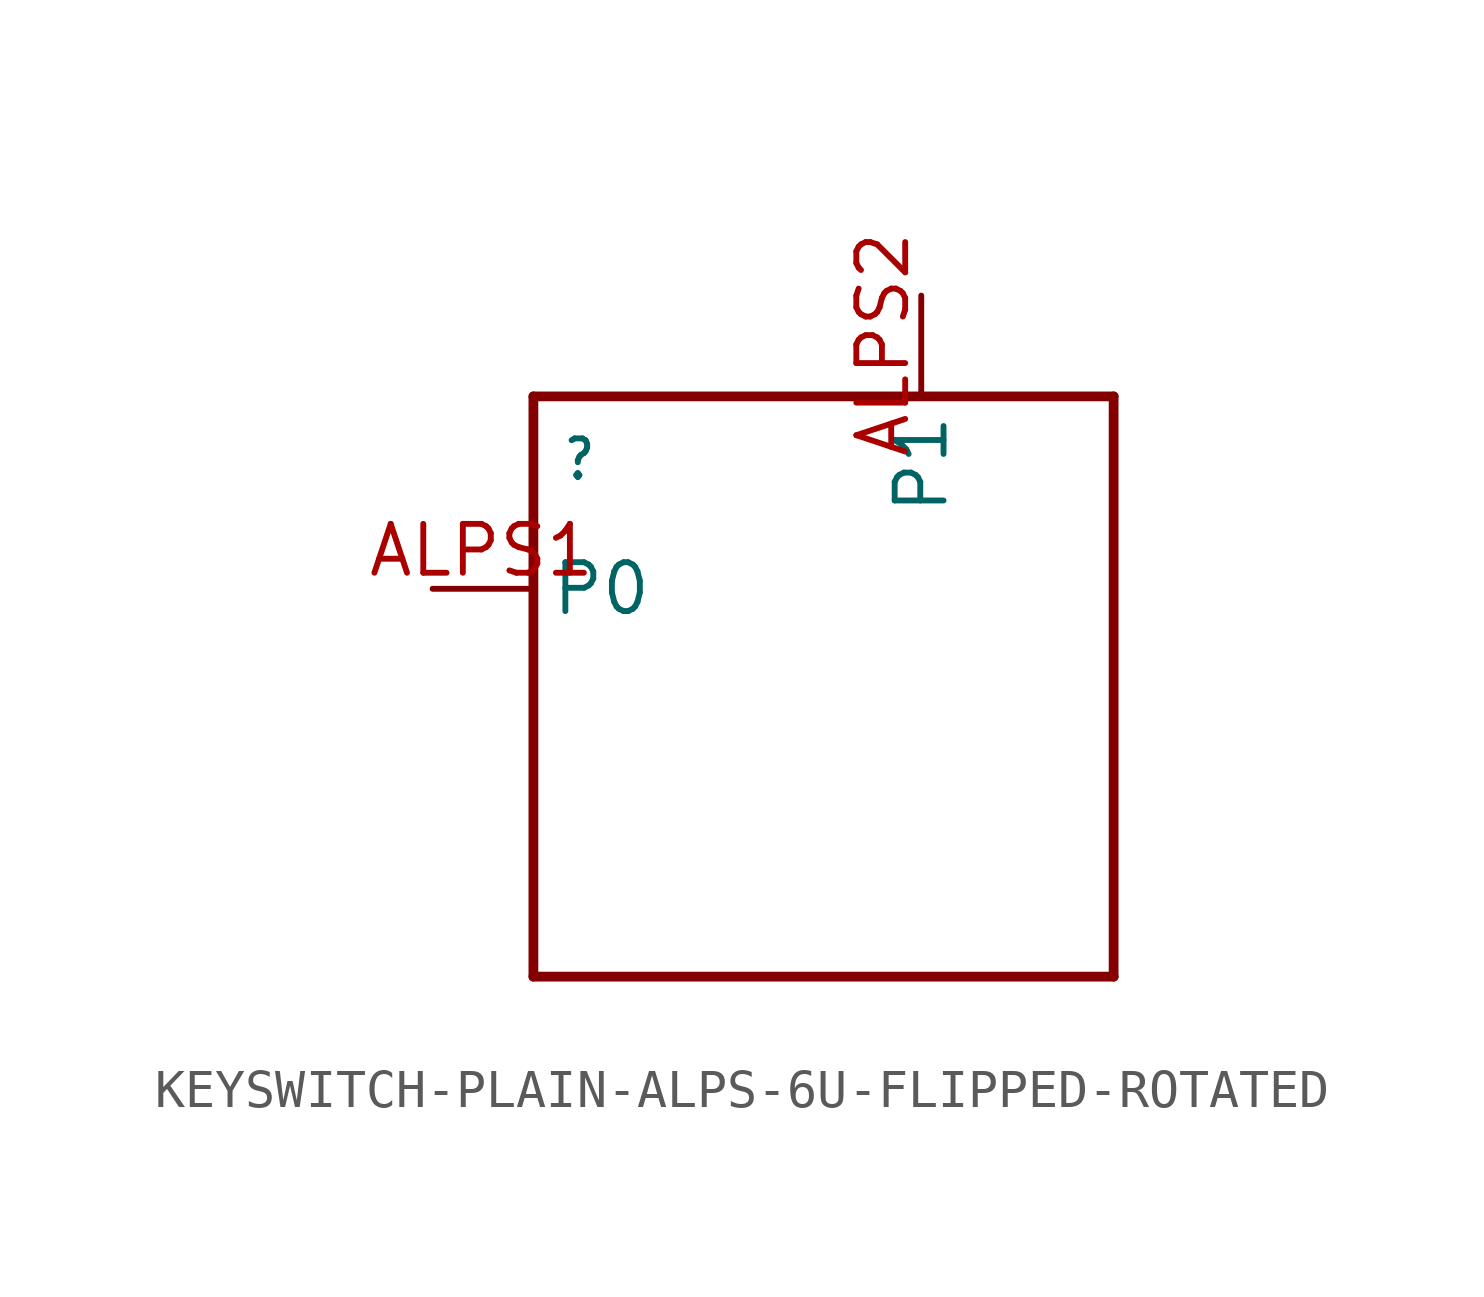
<source format=kicad_sym>
(kicad_symbol_lib
  (version 20211014)
  (generator kicad_symbol_editor)
  (symbol "KEYSWITCH-PLAIN-ALPS-6U-FLIPPED-ROTATED"
    (property "Reference" ""
      (at -6.81 5.318 0)
      (effects (font (size 1 0.85)) (justify left bottom)))
    (property "ki_locked" ""
      (at 0 0 0)
      (effects (font (size 1.27 1.27))))
    (symbol "KEYSWITCH-PLAIN-ALPS-6U-FLIPPED-ROTATED_1_0"
      (polyline (pts (xy -7.54 -7.54) (xy -7.54 7.54)) (stroke (width 0.254) (type default) (color 0 0 0 0)) (fill (type none)))
      (polyline (pts (xy -7.54 7.54) (xy 7.54 7.54)) (stroke (width 0.254) (type default) (color 0 0 0 0)) (fill (type none)))
      (polyline (pts (xy 7.54 -7.54) (xy -7.54 -7.54)) (stroke (width 0.254) (type default) (color 0 0 0 0)) (fill (type none)))
      (polyline (pts (xy 7.54 7.54) (xy 7.54 -7.54)) (stroke (width 0.254) (type default) (color 0 0 0 0)) (fill (type none)))
      (pin bidirectional line (at -10.16 2.54 0) (length 2.54) (name "P0" (effects (font (size 1.27 1.27)))) (number "ALPS1" (effects (font (size 1.27 1.27)))))
      (pin bidirectional line (at 2.54 10.16 270) (length 2.54) (name "P1" (effects (font (size 1.27 1.27)))) (number "ALPS2" (effects (font (size 1.27 1.27))))))))
</source>
